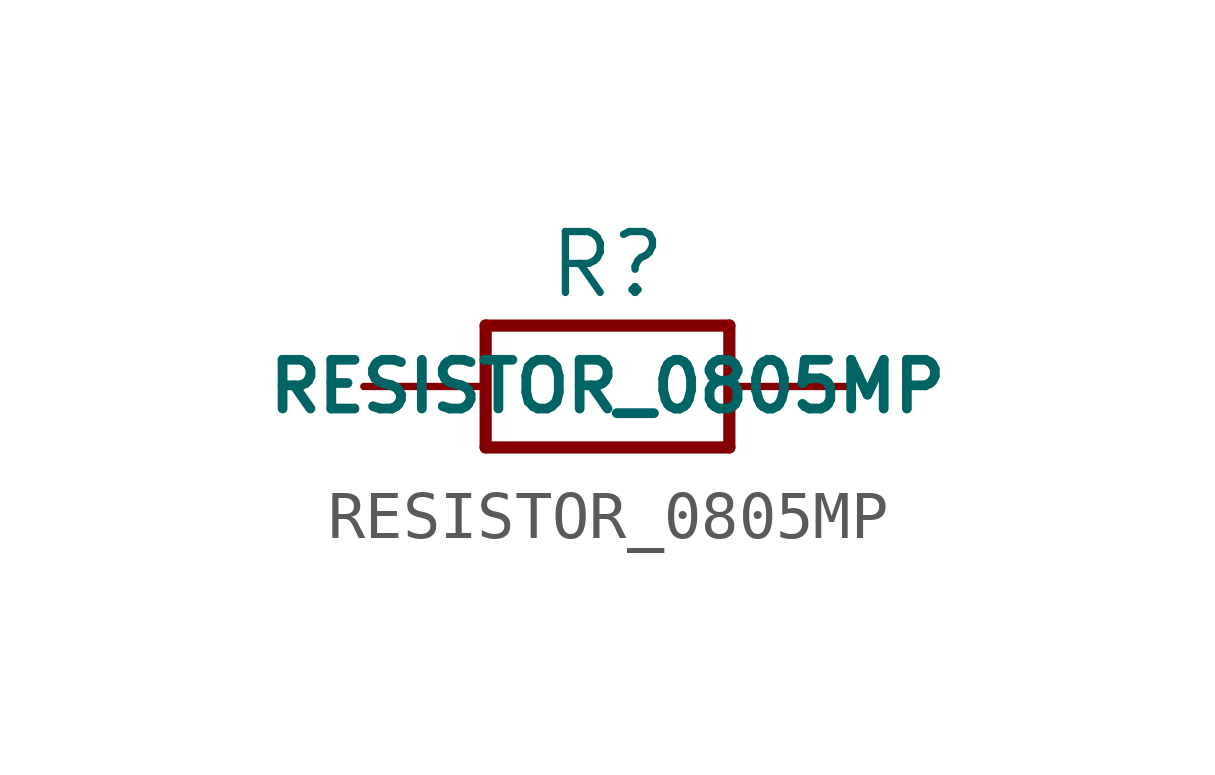
<source format=kicad_sym>
(kicad_symbol_lib
  (version 20211014)
  (generator kicad_symbol_editor)
  (symbol "RESISTOR_0805MP"
    (property "Reference" "R"
      (at 0 2.54 0)
      (effects (font (size 1.27 1.27))))
    (property "Value" "RESISTOR_0805MP"
      (at 0 0 0)
      (effects (font (size 1.016 1.016) bold)))
    (property "ki_locked" ""
      (at 0 0 0)
      (effects (font (size 1.27 1.27))))
    (symbol "RESISTOR_0805MP_1_0"
      (polyline (pts (xy -2.54 -1.27) (xy -2.54 1.27)) (stroke (width 0.254) (type default) (color 0 0 0 0)) (fill (type none)))
      (polyline (pts (xy -2.54 1.27) (xy 2.54 1.27)) (stroke (width 0.254) (type default) (color 0 0 0 0)) (fill (type none)))
      (polyline (pts (xy 2.54 -1.27) (xy -2.54 -1.27)) (stroke (width 0.254) (type default) (color 0 0 0 0)) (fill (type none)))
      (polyline (pts (xy 2.54 1.27) (xy 2.54 -1.27)) (stroke (width 0.254) (type default) (color 0 0 0 0)) (fill (type none)))
      (pin passive line (at -5.08 0 0) (length 2.54) (name "1" (effects (font (size 0 0)))) (number "1" (effects (font (size 0 0)))))
      (pin passive line (at 5.08 0 180) (length 2.54) (name "2" (effects (font (size 0 0)))) (number "2" (effects (font (size 0 0))))))))
</source>
